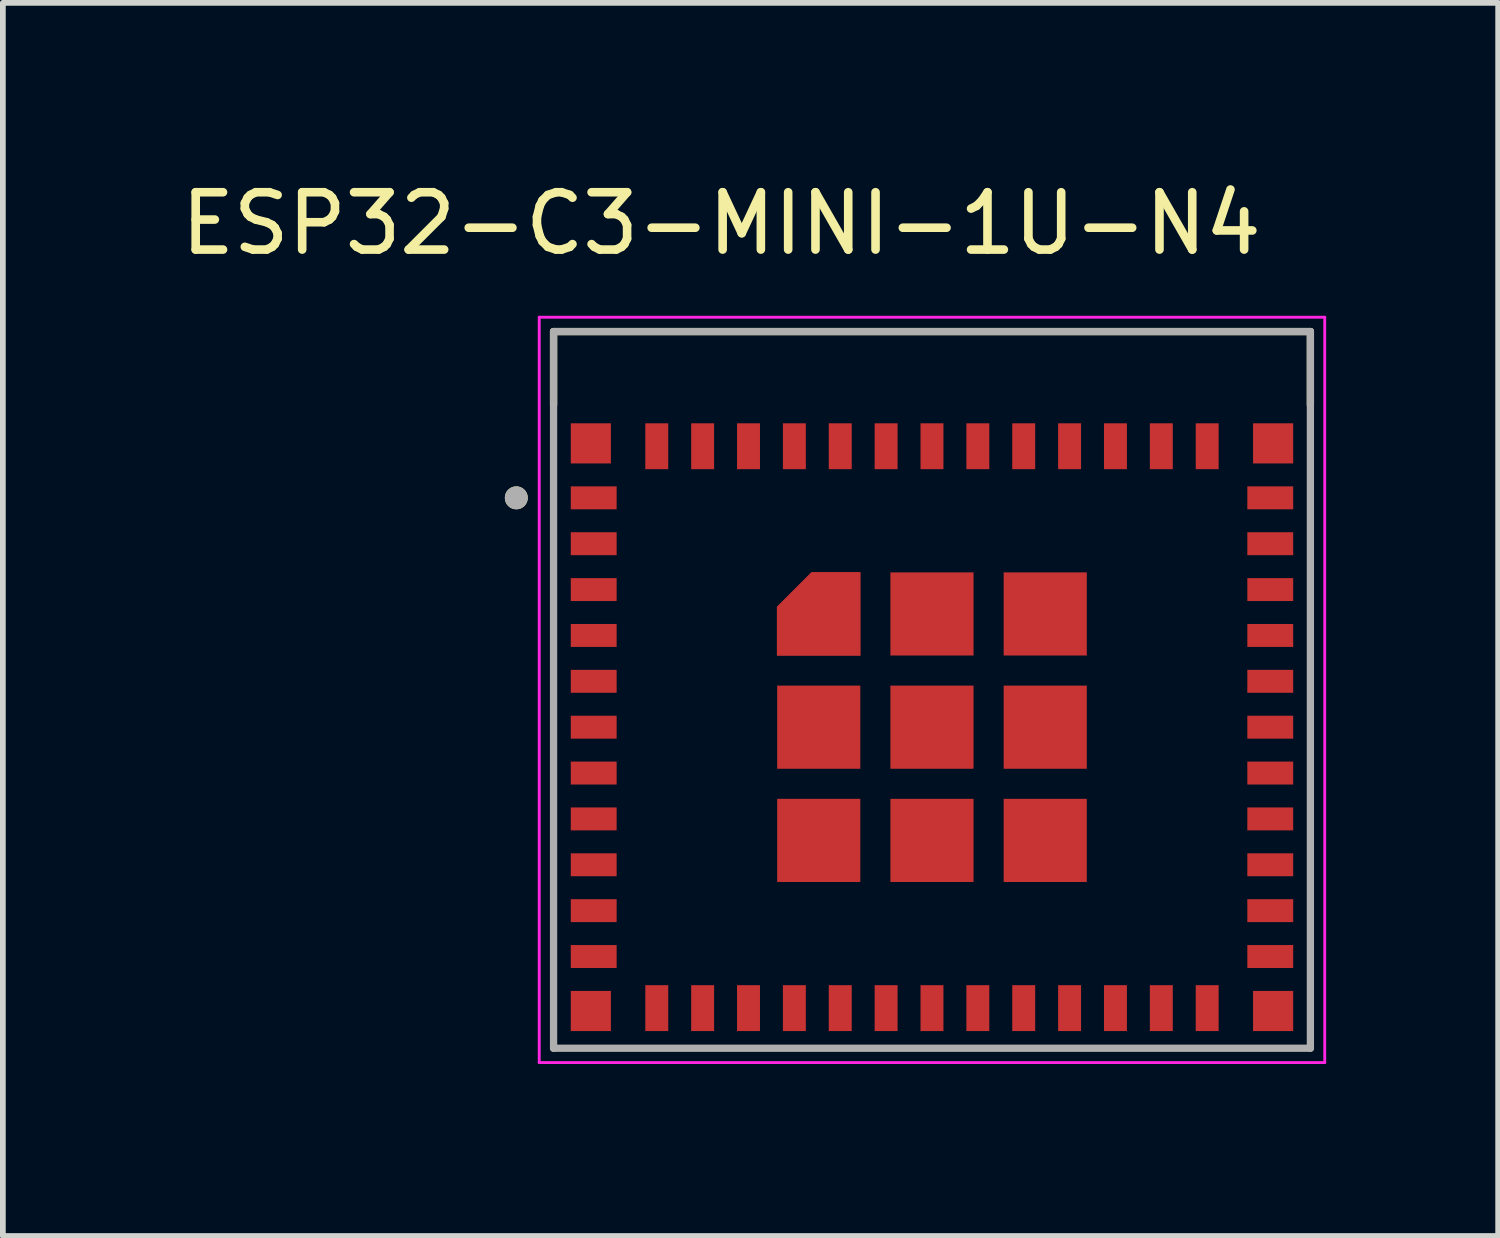
<source format=kicad_pcb>
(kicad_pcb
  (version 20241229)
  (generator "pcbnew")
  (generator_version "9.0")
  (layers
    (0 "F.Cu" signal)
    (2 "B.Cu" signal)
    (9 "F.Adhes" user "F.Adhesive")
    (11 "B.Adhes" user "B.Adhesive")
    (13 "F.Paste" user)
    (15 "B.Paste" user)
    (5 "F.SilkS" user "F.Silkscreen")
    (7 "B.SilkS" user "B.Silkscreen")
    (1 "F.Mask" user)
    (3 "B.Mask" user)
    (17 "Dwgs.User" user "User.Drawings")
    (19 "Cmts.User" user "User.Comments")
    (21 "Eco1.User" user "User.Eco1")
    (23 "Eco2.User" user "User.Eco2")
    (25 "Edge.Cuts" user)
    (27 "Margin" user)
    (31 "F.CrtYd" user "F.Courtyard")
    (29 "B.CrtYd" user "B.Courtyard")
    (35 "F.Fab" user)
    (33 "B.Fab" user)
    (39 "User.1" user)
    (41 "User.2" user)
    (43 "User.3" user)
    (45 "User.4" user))
  (footprint "ESP32-C3-MINI-1U-N4"
    (layer "F.Cu")
    (at 13.205 9.633)
    (property "Reference" "ESP32-C3-MINI-1U-N4" (at -3.675 -8.785 0) (layer "F.SilkS") (effects (font (size 1 1) (thickness 0.15))))
    (attr smd)
    (fp_poly (pts (xy -1.15 -1.15) (xy -2.8 -1.15) (xy -2.8 -2.14) (xy -2.14 -2.8) (xy -1.15 -2.8)) (stroke (width 0.01) (type solid)) (fill yes) (layer "F.Mask"))
    (fp_line (start -6.6 -6.9) (end 6.6 -6.9) (stroke (width 0.127) (type solid)) (layer "F.SilkS"))
    (fp_line (start -6.6 -5.62) (end -6.6 -6.9) (stroke (width 0.127) (type solid)) (layer "F.SilkS"))
    (fp_line (start 6.6 -6.9) (end 6.6 -5.62) (stroke (width 0.127) (type solid)) (layer "F.SilkS"))
    (fp_circle (center -7.25 -4) (end -7.15 -4) (stroke (width 0.2) (type solid)) (fill no) (layer "F.SilkS"))
    (fp_poly (pts (xy -1.25 -1.25) (xy -2.7 -1.25) (xy -2.7 -2.1) (xy -2.1 -2.7) (xy -1.25 -2.7)) (stroke (width 0.01) (type solid)) (fill yes) (layer "F.Paste"))
    (fp_line (start -6.85 -7.15) (end -6.85 5.85) (stroke (width 0.05) (type solid)) (layer "F.CrtYd"))
    (fp_line (start -6.85 5.85) (end 6.85 5.85) (stroke (width 0.05) (type solid)) (layer "F.CrtYd"))
    (fp_line (start 6.85 -7.15) (end -6.85 -7.15) (stroke (width 0.05) (type solid)) (layer "F.CrtYd"))
    (fp_line (start 6.85 5.85) (end 6.85 -7.15) (stroke (width 0.05) (type solid)) (layer "F.CrtYd"))
    (fp_line (start -6.6 -6.9) (end 6.6 -6.9) (stroke (width 0.127) (type solid)) (layer "F.Fab"))
    (fp_line (start -6.6 5.6) (end -6.6 -6.9) (stroke (width 0.127) (type solid)) (layer "F.Fab"))
    (fp_line (start 6.6 -6.9) (end 6.6 5.6) (stroke (width 0.127) (type solid)) (layer "F.Fab"))
    (fp_line (start 6.6 5.6) (end -6.6 5.6) (stroke (width 0.127) (type solid)) (layer "F.Fab"))
    (fp_circle (center -7.25 -4) (end -7.15 -4) (stroke (width 0.2) (type solid)) (fill no) (layer "F.Fab"))
    (pad "1" smd rect (at -5.9 -4) (size 0.8 0.4) (layers "F.Cu" "F.Mask" "F.Paste"))
    (pad "2" smd rect (at -5.9 -3.2) (size 0.8 0.4) (layers "F.Cu" "F.Mask" "F.Paste"))
    (pad "3" smd rect (at -5.9 -2.4) (size 0.8 0.4) (layers "F.Cu" "F.Mask" "F.Paste"))
    (pad "4" smd rect (at -5.9 -1.6) (size 0.8 0.4) (layers "F.Cu" "F.Mask" "F.Paste"))
    (pad "5" smd rect (at -5.9 -0.8) (size 0.8 0.4) (layers "F.Cu" "F.Mask" "F.Paste"))
    (pad "6" smd rect (at -5.9 0) (size 0.8 0.4) (layers "F.Cu" "F.Mask" "F.Paste"))
    (pad "7" smd rect (at -5.9 0.8) (size 0.8 0.4) (layers "F.Cu" "F.Mask" "F.Paste"))
    (pad "8" smd rect (at -5.9 1.6) (size 0.8 0.4) (layers "F.Cu" "F.Mask" "F.Paste"))
    (pad "9" smd rect (at -5.9 2.4) (size 0.8 0.4) (layers "F.Cu" "F.Mask" "F.Paste"))
    (pad "10" smd rect (at -5.9 3.2) (size 0.8 0.4) (layers "F.Cu" "F.Mask" "F.Paste"))
    (pad "11" smd rect (at -5.9 4) (size 0.8 0.4) (layers "F.Cu" "F.Mask" "F.Paste"))
    (pad "12" smd rect (at -4.8 4.9) (size 0.4 0.8) (layers "F.Cu" "F.Mask" "F.Paste"))
    (pad "13" smd rect (at -4 4.9) (size 0.4 0.8) (layers "F.Cu" "F.Mask" "F.Paste"))
    (pad "14" smd rect (at -3.2 4.9) (size 0.4 0.8) (layers "F.Cu" "F.Mask" "F.Paste"))
    (pad "15" smd rect (at -2.4 4.9) (size 0.4 0.8) (layers "F.Cu" "F.Mask" "F.Paste"))
    (pad "16" smd rect (at -1.6 4.9) (size 0.4 0.8) (layers "F.Cu" "F.Mask" "F.Paste"))
    (pad "17" smd rect (at -0.8 4.9) (size 0.4 0.8) (layers "F.Cu" "F.Mask" "F.Paste"))
    (pad "18" smd rect (at 0 4.9) (size 0.4 0.8) (layers "F.Cu" "F.Mask" "F.Paste"))
    (pad "19" smd rect (at 0.8 4.9) (size 0.4 0.8) (layers "F.Cu" "F.Mask" "F.Paste"))
    (pad "20" smd rect (at 1.6 4.9) (size 0.4 0.8) (layers "F.Cu" "F.Mask" "F.Paste"))
    (pad "21" smd rect (at 2.4 4.9) (size 0.4 0.8) (layers "F.Cu" "F.Mask" "F.Paste"))
    (pad "22" smd rect (at 3.2 4.9) (size 0.4 0.8) (layers "F.Cu" "F.Mask" "F.Paste"))
    (pad "23" smd rect (at 4 4.9) (size 0.4 0.8) (layers "F.Cu" "F.Mask" "F.Paste"))
    (pad "24" smd rect (at 4.8 4.9) (size 0.4 0.8) (layers "F.Cu" "F.Mask" "F.Paste"))
    (pad "25" smd rect (at 5.9 4) (size 0.8 0.4) (layers "F.Cu" "F.Mask" "F.Paste"))
    (pad "26" smd rect (at 5.9 3.2) (size 0.8 0.4) (layers "F.Cu" "F.Mask" "F.Paste"))
    (pad "27" smd rect (at 5.9 2.4) (size 0.8 0.4) (layers "F.Cu" "F.Mask" "F.Paste"))
    (pad "28" smd rect (at 5.9 1.6) (size 0.8 0.4) (layers "F.Cu" "F.Mask" "F.Paste"))
    (pad "29" smd rect (at 5.9 0.8) (size 0.8 0.4) (layers "F.Cu" "F.Mask" "F.Paste"))
    (pad "30" smd rect (at 5.9 0) (size 0.8 0.4) (layers "F.Cu" "F.Mask" "F.Paste"))
    (pad "31" smd rect (at 5.9 -0.8) (size 0.8 0.4) (layers "F.Cu" "F.Mask" "F.Paste"))
    (pad "32" smd rect (at 5.9 -1.6) (size 0.8 0.4) (layers "F.Cu" "F.Mask" "F.Paste"))
    (pad "33" smd rect (at 5.9 -2.4) (size 0.8 0.4) (layers "F.Cu" "F.Mask" "F.Paste"))
    (pad "34" smd rect (at 5.9 -3.2) (size 0.8 0.4) (layers "F.Cu" "F.Mask" "F.Paste"))
    (pad "35" smd rect (at 5.9 -4) (size 0.8 0.4) (layers "F.Cu" "F.Mask" "F.Paste"))
    (pad "36" smd rect (at 4.8 -4.9) (size 0.4 0.8) (layers "F.Cu" "F.Mask" "F.Paste"))
    (pad "37" smd rect (at 4 -4.9) (size 0.4 0.8) (layers "F.Cu" "F.Mask" "F.Paste"))
    (pad "38" smd rect (at 3.2 -4.9) (size 0.4 0.8) (layers "F.Cu" "F.Mask" "F.Paste"))
    (pad "39" smd rect (at 2.4 -4.9) (size 0.4 0.8) (layers "F.Cu" "F.Mask" "F.Paste"))
    (pad "40" smd rect (at 1.6 -4.9) (size 0.4 0.8) (layers "F.Cu" "F.Mask" "F.Paste"))
    (pad "41" smd rect (at 0.8 -4.9) (size 0.4 0.8) (layers "F.Cu" "F.Mask" "F.Paste"))
    (pad "42" smd rect (at 0 -4.9) (size 0.4 0.8) (layers "F.Cu" "F.Mask" "F.Paste"))
    (pad "43" smd rect (at -0.8 -4.9) (size 0.4 0.8) (layers "F.Cu" "F.Mask" "F.Paste"))
    (pad "44" smd rect (at -1.6 -4.9) (size 0.4 0.8) (layers "F.Cu" "F.Mask" "F.Paste"))
    (pad "45" smd rect (at -2.4 -4.9) (size 0.4 0.8) (layers "F.Cu" "F.Mask" "F.Paste"))
    (pad "46" smd rect (at -3.2 -4.9) (size 0.4 0.8) (layers "F.Cu" "F.Mask" "F.Paste"))
    (pad "47" smd rect (at -4 -4.9) (size 0.4 0.8) (layers "F.Cu" "F.Mask" "F.Paste"))
    (pad "48" smd rect (at -4.8 -4.9) (size 0.4 0.8) (layers "F.Cu" "F.Mask" "F.Paste"))
    (pad "49_1" smd custom (at -1.975 -1.975) (size 0.6 0.6) (layers "F.Cu") (options (anchor rect)) (primitives (gr_poly (pts (xy 0.725 0.725) (xy -0.725 0.725) (xy -0.725 -0.125) (xy -0.125 -0.725) (xy 0.725 -0.725)) (width 0.01) (fill yes))))
    (pad "49_2" smd rect (at 0 -1.975) (size 1.45 1.45) (layers "F.Cu" "F.Mask" "F.Paste"))
    (pad "49_3" smd rect (at 1.975 -1.975) (size 1.45 1.45) (layers "F.Cu" "F.Mask" "F.Paste"))
    (pad "49_4" smd rect (at 1.975 0) (size 1.45 1.45) (layers "F.Cu" "F.Mask" "F.Paste"))
    (pad "49_5" smd rect (at 1.975 1.975) (size 1.45 1.45) (layers "F.Cu" "F.Mask" "F.Paste"))
    (pad "49_6" smd rect (at 0 1.975) (size 1.45 1.45) (layers "F.Cu" "F.Mask" "F.Paste"))
    (pad "49_7" smd rect (at -1.975 1.975) (size 1.45 1.45) (layers "F.Cu" "F.Mask" "F.Paste"))
    (pad "49_8" smd rect (at -1.975 0) (size 1.45 1.45) (layers "F.Cu" "F.Mask" "F.Paste"))
    (pad "49_9" smd rect (at 0 0) (size 1.45 1.45) (layers "F.Cu" "F.Mask" "F.Paste"))
    (pad "50" smd rect (at 5.95 -4.95) (size 0.7 0.7) (layers "F.Cu" "F.Mask" "F.Paste"))
    (pad "51" smd rect (at 5.95 4.95) (size 0.7 0.7) (layers "F.Cu" "F.Mask" "F.Paste"))
    (pad "52" smd rect (at -5.95 4.95) (size 0.7 0.7) (layers "F.Cu" "F.Mask" "F.Paste"))
    (pad "53" smd rect (at -5.95 -4.95) (size 0.7 0.7) (layers "F.Cu" "F.Mask" "F.Paste")))
  (gr_rect
    (start -3 -3)
    (end 23.08 18.508)
    (stroke (width 0.1) (type default))
    (fill no)
    (layer "Edge.Cuts")))
</source>
